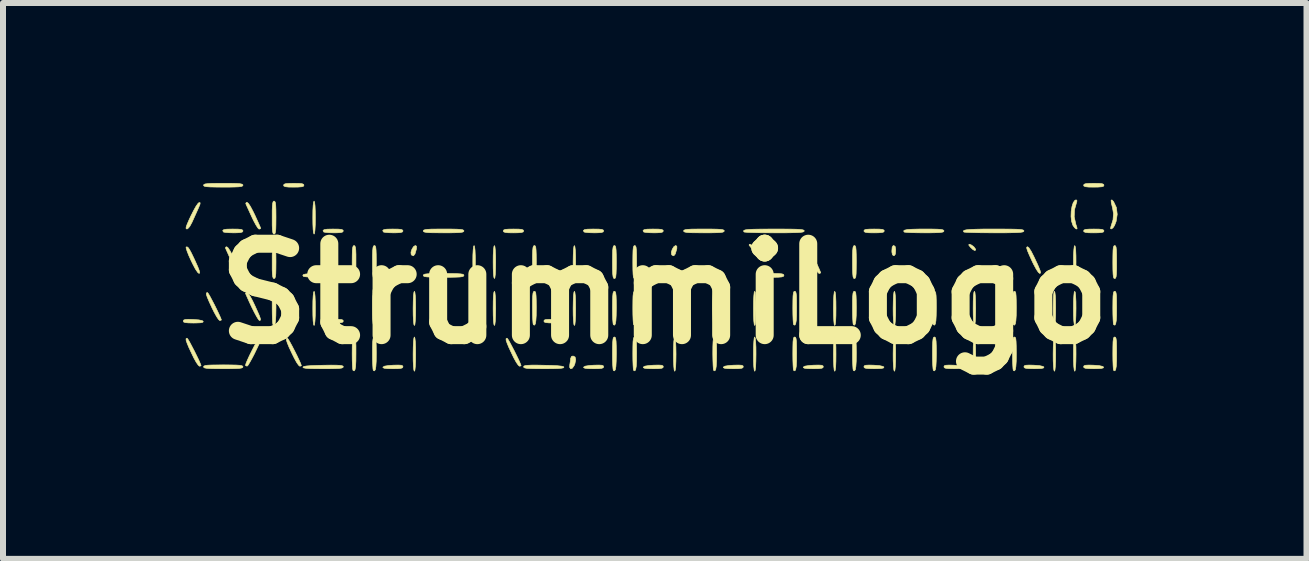
<source format=kicad_pcb>
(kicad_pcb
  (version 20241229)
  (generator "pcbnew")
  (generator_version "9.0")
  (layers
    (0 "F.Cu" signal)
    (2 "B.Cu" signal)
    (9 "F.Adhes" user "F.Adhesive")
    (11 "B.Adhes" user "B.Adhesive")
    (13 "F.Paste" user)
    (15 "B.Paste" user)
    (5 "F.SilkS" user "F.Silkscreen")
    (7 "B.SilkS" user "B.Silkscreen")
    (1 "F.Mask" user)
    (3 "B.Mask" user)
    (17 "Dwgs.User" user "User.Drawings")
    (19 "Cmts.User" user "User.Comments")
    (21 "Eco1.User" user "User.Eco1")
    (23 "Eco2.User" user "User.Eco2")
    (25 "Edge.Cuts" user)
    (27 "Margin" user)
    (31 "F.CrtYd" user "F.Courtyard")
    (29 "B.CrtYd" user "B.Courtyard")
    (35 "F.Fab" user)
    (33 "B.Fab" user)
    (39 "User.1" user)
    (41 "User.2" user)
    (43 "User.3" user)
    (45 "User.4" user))
  (footprint "StrummiLogo"
    (layer "F.Cu")
    (at 8.027 1.847)
    (property "Reference" "StrummiLogo" (at 0 0 0) (layer "F.SilkS") (effects (font (size 1.524 1.524) (thickness 0.3))))
    (attr through_hole)
    (fp_poly (pts (xy 1.458 -0.811) (xy 1.497 -0.779) (xy 1.522 -0.744) (xy 1.524 -0.734) (xy 1.512 -0.72) (xy 1.48 -0.736) (xy 1.439 -0.773) (xy 1.41 -0.809) (xy 1.412 -0.824) (xy 1.422 -0.826) (xy 1.458 -0.811)) (stroke (width 0.01) (type solid)) (fill yes) (layer "F.SilkS"))
    (fp_poly (pts (xy 5.119 -0.811) (xy 5.159 -0.779) (xy 5.184 -0.744) (xy 5.186 -0.734) (xy 5.174 -0.72) (xy 5.141 -0.736) (xy 5.101 -0.773) (xy 5.072 -0.809) (xy 5.073 -0.824) (xy 5.084 -0.826) (xy 5.119 -0.811)) (stroke (width 0.01) (type solid)) (fill yes) (layer "F.SilkS"))
    (fp_poly (pts (xy -4.135 -0.794) (xy -4.135 -0.758) (xy -4.139 -0.736) (xy -4.16 -0.664) (xy -4.185 -0.633) (xy -4.213 -0.643) (xy -4.224 -0.657) (xy -4.227 -0.694) (xy -4.211 -0.742) (xy -4.185 -0.785) (xy -4.156 -0.804) (xy -4.155 -0.804) (xy -4.135 -0.794)) (stroke (width 0.01) (type solid)) (fill yes) (layer "F.SilkS"))
    (fp_poly (pts (xy -1.491 1.054) (xy -1.481 1.099) (xy -1.494 1.164) (xy -1.506 1.195) (xy -1.537 1.24) (xy -1.565 1.25) (xy -1.582 1.226) (xy -1.58 1.183) (xy -1.57 1.122) (xy -1.566 1.077) (xy -1.55 1.043) (xy -1.524 1.037) (xy -1.491 1.054)) (stroke (width 0.01) (type solid)) (fill yes) (layer "F.SilkS"))
    (fp_poly (pts (xy 0.204 -0.794) (xy 0.205 -0.758) (xy 0.2 -0.736) (xy 0.179 -0.664) (xy 0.154 -0.633) (xy 0.126 -0.643) (xy 0.116 -0.657) (xy 0.113 -0.694) (xy 0.128 -0.742) (xy 0.155 -0.785) (xy 0.183 -0.804) (xy 0.184 -0.804) (xy 0.204 -0.794)) (stroke (width 0.01) (type solid)) (fill yes) (layer "F.SilkS"))
    (fp_poly (pts (xy 3.843 -0.79) (xy 3.852 -0.744) (xy 3.852 -0.72) (xy 3.847 -0.661) (xy 3.83 -0.637) (xy 3.821 -0.635) (xy 3.799 -0.649) (xy 3.789 -0.695) (xy 3.789 -0.72) (xy 3.794 -0.779) (xy 3.811 -0.803) (xy 3.821 -0.804) (xy 3.843 -0.79)) (stroke (width 0.01) (type solid)) (fill yes) (layer "F.SilkS"))
    (fp_poly (pts (xy -7.86 0.428) (xy -7.763 0.435) (xy -7.705 0.448) (xy -7.689 0.46) (xy -7.696 0.474) (xy -7.732 0.483) (xy -7.802 0.486) (xy -7.851 0.487) (xy -7.938 0.485) (xy -7.99 0.48) (xy -8.016 0.47) (xy -8.022 0.454) (xy -8.015 0.438) (xy -7.99 0.429) (xy -7.937 0.426) (xy -7.86 0.428)) (stroke (width 0.01) (type solid)) (fill yes) (layer "F.SilkS"))
    (fp_poly (pts (xy -5.384 0.429) (xy -5.361 0.439) (xy -5.355 0.454) (xy -5.362 0.471) (xy -5.389 0.481) (xy -5.444 0.486) (xy -5.526 0.487) (xy -5.615 0.485) (xy -5.668 0.479) (xy -5.688 0.468) (xy -5.689 0.46) (xy -5.662 0.444) (xy -5.594 0.433) (xy -5.518 0.428) (xy -5.434 0.426) (xy -5.384 0.429)) (stroke (width 0.01) (type solid)) (fill yes) (layer "F.SilkS"))
    (fp_poly (pts (xy -4.389 1.191) (xy -4.366 1.201) (xy -4.36 1.216) (xy -4.368 1.233) (xy -4.395 1.243) (xy -4.449 1.248) (xy -4.531 1.249) (xy -4.621 1.247) (xy -4.673 1.241) (xy -4.694 1.23) (xy -4.694 1.222) (xy -4.667 1.206) (xy -4.599 1.195) (xy -4.523 1.19) (xy -4.439 1.188) (xy -4.389 1.191)) (stroke (width 0.01) (type solid)) (fill yes) (layer "F.SilkS"))
    (fp_poly (pts (xy -1.848 0.428) (xy -1.752 0.435) (xy -1.694 0.448) (xy -1.677 0.46) (xy -1.684 0.474) (xy -1.72 0.483) (xy -1.791 0.486) (xy -1.84 0.487) (xy -1.927 0.485) (xy -1.979 0.48) (xy -2.005 0.47) (xy -2.011 0.454) (xy -2.004 0.438) (xy -1.979 0.429) (xy -1.926 0.426) (xy -1.848 0.428)) (stroke (width 0.01) (type solid)) (fill yes) (layer "F.SilkS"))
    (fp_poly (pts (xy -1.045 1.191) (xy -1.021 1.201) (xy -1.016 1.216) (xy -1.023 1.233) (xy -1.05 1.243) (xy -1.105 1.248) (xy -1.187 1.249) (xy -1.276 1.247) (xy -1.328 1.241) (xy -1.349 1.23) (xy -1.349 1.222) (xy -1.322 1.206) (xy -1.255 1.195) (xy -1.178 1.19) (xy -1.095 1.188) (xy -1.045 1.191)) (stroke (width 0.01) (type solid)) (fill yes) (layer "F.SilkS"))
    (fp_poly (pts (xy -0.05 1.191) (xy -0.027 1.201) (xy -0.021 1.216) (xy -0.028 1.233) (xy -0.055 1.243) (xy -0.11 1.248) (xy -0.192 1.249) (xy -0.281 1.247) (xy -0.334 1.241) (xy -0.354 1.23) (xy -0.355 1.222) (xy -0.328 1.206) (xy -0.26 1.195) (xy -0.184 1.19) (xy -0.1 1.188) (xy -0.05 1.191)) (stroke (width 0.01) (type solid)) (fill yes) (layer "F.SilkS"))
    (fp_poly (pts (xy 1.283 1.191) (xy 1.307 1.201) (xy 1.312 1.216) (xy 1.305 1.233) (xy 1.278 1.243) (xy 1.224 1.248) (xy 1.141 1.249) (xy 1.052 1.247) (xy 1 1.241) (xy 0.979 1.23) (xy 0.979 1.222) (xy 1.006 1.206) (xy 1.073 1.195) (xy 1.15 1.19) (xy 1.234 1.188) (xy 1.283 1.191)) (stroke (width 0.01) (type solid)) (fill yes) (layer "F.SilkS"))
    (fp_poly (pts (xy 2.617 1.191) (xy 2.64 1.201) (xy 2.646 1.216) (xy 2.639 1.233) (xy 2.612 1.243) (xy 2.557 1.248) (xy 2.475 1.249) (xy 2.386 1.247) (xy 2.333 1.241) (xy 2.313 1.23) (xy 2.312 1.222) (xy 2.339 1.206) (xy 2.407 1.195) (xy 2.483 1.19) (xy 2.567 1.188) (xy 2.617 1.191)) (stroke (width 0.01) (type solid)) (fill yes) (layer "F.SilkS"))
    (fp_poly (pts (xy 3.486 1.19) (xy 3.582 1.197) (xy 3.64 1.21) (xy 3.657 1.222) (xy 3.65 1.236) (xy 3.614 1.245) (xy 3.543 1.248) (xy 3.494 1.249) (xy 3.407 1.247) (xy 3.355 1.242) (xy 3.329 1.232) (xy 3.323 1.216) (xy 3.33 1.2) (xy 3.355 1.191) (xy 3.408 1.188) (xy 3.486 1.19)) (stroke (width 0.01) (type solid)) (fill yes) (layer "F.SilkS"))
    (fp_poly (pts (xy 4.819 1.19) (xy 4.916 1.197) (xy 4.974 1.21) (xy 4.99 1.222) (xy 4.983 1.236) (xy 4.947 1.245) (xy 4.877 1.248) (xy 4.828 1.249) (xy 4.741 1.247) (xy 4.688 1.242) (xy 4.663 1.232) (xy 4.657 1.216) (xy 4.663 1.2) (xy 4.689 1.191) (xy 4.741 1.188) (xy 4.819 1.19)) (stroke (width 0.01) (type solid)) (fill yes) (layer "F.SilkS"))
    (fp_poly (pts (xy 6.153 1.19) (xy 6.249 1.197) (xy 6.307 1.21) (xy 6.324 1.222) (xy 6.317 1.236) (xy 6.281 1.245) (xy 6.21 1.248) (xy 6.161 1.249) (xy 6.074 1.247) (xy 6.022 1.242) (xy 5.996 1.232) (xy 5.99 1.216) (xy 5.997 1.2) (xy 6.022 1.191) (xy 6.075 1.188) (xy 6.153 1.19)) (stroke (width 0.01) (type solid)) (fill yes) (layer "F.SilkS"))
    (fp_poly (pts (xy 7.147 1.19) (xy 7.244 1.197) (xy 7.302 1.21) (xy 7.318 1.222) (xy 7.311 1.236) (xy 7.275 1.245) (xy 7.205 1.248) (xy 7.156 1.249) (xy 7.069 1.247) (xy 7.017 1.242) (xy 6.991 1.232) (xy 6.985 1.216) (xy 6.992 1.2) (xy 7.017 1.191) (xy 7.07 1.188) (xy 7.147 1.19)) (stroke (width 0.01) (type solid)) (fill yes) (layer "F.SilkS"))
    (fp_poly (pts (xy -6.094 -1.84) (xy -6.042 -1.835) (xy -6.017 -1.824) (xy -6.011 -1.81) (xy -6.019 -1.793) (xy -6.048 -1.784) (xy -6.106 -1.779) (xy -6.181 -1.778) (xy -6.268 -1.779) (xy -6.32 -1.785) (xy -6.345 -1.796) (xy -6.35 -1.81) (xy -6.342 -1.826) (xy -6.313 -1.836) (xy -6.256 -1.84) (xy -6.181 -1.841) (xy -6.094 -1.84)) (stroke (width 0.01) (type solid)) (fill yes) (layer "F.SilkS"))
    (fp_poly (pts (xy -5.833 -0.022) (xy -5.826 0.037) (xy -5.822 0.129) (xy -5.821 0.243) (xy -5.822 0.364) (xy -5.827 0.455) (xy -5.834 0.511) (xy -5.842 0.529) (xy -5.851 0.509) (xy -5.858 0.45) (xy -5.862 0.358) (xy -5.863 0.243) (xy -5.862 0.123) (xy -5.857 0.032) (xy -5.85 -0.024) (xy -5.842 -0.042) (xy -5.833 -0.022)) (stroke (width 0.01) (type solid)) (fill yes) (layer "F.SilkS"))
    (fp_poly (pts (xy -5.833 -1.525) (xy -5.826 -1.466) (xy -5.822 -1.375) (xy -5.821 -1.27) (xy -5.822 -1.152) (xy -5.827 -1.064) (xy -5.834 -1.011) (xy -5.842 -0.995) (xy -5.851 -1.015) (xy -5.858 -1.074) (xy -5.862 -1.165) (xy -5.863 -1.27) (xy -5.862 -1.388) (xy -5.857 -1.476) (xy -5.85 -1.529) (xy -5.842 -1.545) (xy -5.833 -1.525)) (stroke (width 0.01) (type solid)) (fill yes) (layer "F.SilkS"))
    (fp_poly (pts (xy -4.161 -0.022) (xy -4.154 0.037) (xy -4.15 0.129) (xy -4.149 0.243) (xy -4.15 0.364) (xy -4.155 0.455) (xy -4.161 0.511) (xy -4.17 0.529) (xy -4.179 0.509) (xy -4.185 0.45) (xy -4.19 0.358) (xy -4.191 0.243) (xy -4.189 0.123) (xy -4.185 0.032) (xy -4.178 -0.024) (xy -4.17 -0.042) (xy -4.161 -0.022)) (stroke (width 0.01) (type solid)) (fill yes) (layer "F.SilkS"))
    (fp_poly (pts (xy -4.161 0.74) (xy -4.154 0.799) (xy -4.15 0.891) (xy -4.149 1.005) (xy -4.15 1.126) (xy -4.155 1.217) (xy -4.161 1.273) (xy -4.17 1.291) (xy -4.179 1.271) (xy -4.185 1.212) (xy -4.19 1.12) (xy -4.191 1.005) (xy -4.189 0.885) (xy -4.185 0.794) (xy -4.178 0.738) (xy -4.17 0.72) (xy -4.161 0.74)) (stroke (width 0.01) (type solid)) (fill yes) (layer "F.SilkS"))
    (fp_poly (pts (xy -3.166 -0.784) (xy -3.159 -0.726) (xy -3.155 -0.634) (xy -3.154 -0.529) (xy -3.155 -0.411) (xy -3.16 -0.324) (xy -3.167 -0.27) (xy -3.175 -0.254) (xy -3.184 -0.274) (xy -3.191 -0.333) (xy -3.195 -0.425) (xy -3.196 -0.529) (xy -3.195 -0.647) (xy -3.19 -0.735) (xy -3.183 -0.789) (xy -3.175 -0.804) (xy -3.166 -0.784)) (stroke (width 0.01) (type solid)) (fill yes) (layer "F.SilkS"))
    (fp_poly (pts (xy -2.827 -0.022) (xy -2.821 0.037) (xy -2.817 0.129) (xy -2.815 0.243) (xy -2.817 0.364) (xy -2.821 0.455) (xy -2.828 0.511) (xy -2.836 0.529) (xy -2.845 0.509) (xy -2.852 0.45) (xy -2.856 0.358) (xy -2.857 0.243) (xy -2.856 0.123) (xy -2.852 0.032) (xy -2.845 -0.024) (xy -2.836 -0.042) (xy -2.827 -0.022)) (stroke (width 0.01) (type solid)) (fill yes) (layer "F.SilkS"))
    (fp_poly (pts (xy -2.827 -0.784) (xy -2.821 -0.726) (xy -2.816 -0.634) (xy -2.815 -0.529) (xy -2.817 -0.411) (xy -2.821 -0.324) (xy -2.828 -0.27) (xy -2.836 -0.254) (xy -2.845 -0.274) (xy -2.852 -0.333) (xy -2.856 -0.425) (xy -2.857 -0.529) (xy -2.856 -0.647) (xy -2.851 -0.735) (xy -2.844 -0.789) (xy -2.836 -0.804) (xy -2.827 -0.784)) (stroke (width 0.01) (type solid)) (fill yes) (layer "F.SilkS"))
    (fp_poly (pts (xy -2.432 -1.078) (xy -2.38 -1.073) (xy -2.355 -1.062) (xy -2.349 -1.048) (xy -2.357 -1.031) (xy -2.386 -1.022) (xy -2.444 -1.017) (xy -2.519 -1.016) (xy -2.606 -1.017) (xy -2.658 -1.023) (xy -2.683 -1.034) (xy -2.688 -1.048) (xy -2.68 -1.064) (xy -2.651 -1.074) (xy -2.594 -1.078) (xy -2.519 -1.079) (xy -2.432 -1.078)) (stroke (width 0.01) (type solid)) (fill yes) (layer "F.SilkS"))
    (fp_poly (pts (xy -1.494 -0.022) (xy -1.487 0.037) (xy -1.483 0.129) (xy -1.482 0.243) (xy -1.483 0.364) (xy -1.488 0.455) (xy -1.494 0.511) (xy -1.503 0.529) (xy -1.512 0.509) (xy -1.518 0.45) (xy -1.523 0.358) (xy -1.524 0.243) (xy -1.522 0.123) (xy -1.518 0.032) (xy -1.511 -0.024) (xy -1.503 -0.042) (xy -1.494 -0.022)) (stroke (width 0.01) (type solid)) (fill yes) (layer "F.SilkS"))
    (fp_poly (pts (xy -1.494 -0.784) (xy -1.487 -0.726) (xy -1.483 -0.634) (xy -1.482 -0.529) (xy -1.483 -0.411) (xy -1.488 -0.324) (xy -1.495 -0.27) (xy -1.503 -0.254) (xy -1.512 -0.274) (xy -1.519 -0.333) (xy -1.523 -0.425) (xy -1.524 -0.529) (xy -1.522 -0.647) (xy -1.518 -0.735) (xy -1.511 -0.789) (xy -1.503 -0.804) (xy -1.494 -0.784)) (stroke (width 0.01) (type solid)) (fill yes) (layer "F.SilkS"))
    (fp_poly (pts (xy 0.178 -0.022) (xy 0.185 0.037) (xy 0.189 0.129) (xy 0.191 0.243) (xy 0.189 0.364) (xy 0.185 0.455) (xy 0.178 0.511) (xy 0.169 0.529) (xy 0.16 0.509) (xy 0.154 0.45) (xy 0.15 0.358) (xy 0.148 0.243) (xy 0.15 0.123) (xy 0.154 0.032) (xy 0.161 -0.024) (xy 0.169 -0.042) (xy 0.178 -0.022)) (stroke (width 0.01) (type solid)) (fill yes) (layer "F.SilkS"))
    (fp_poly (pts (xy 0.178 0.74) (xy 0.185 0.799) (xy 0.189 0.891) (xy 0.191 1.005) (xy 0.189 1.126) (xy 0.185 1.217) (xy 0.178 1.273) (xy 0.169 1.291) (xy 0.16 1.271) (xy 0.154 1.212) (xy 0.15 1.12) (xy 0.148 1.005) (xy 0.15 0.885) (xy 0.154 0.794) (xy 0.161 0.738) (xy 0.169 0.72) (xy 0.178 0.74)) (stroke (width 0.01) (type solid)) (fill yes) (layer "F.SilkS"))
    (fp_poly (pts (xy 0.574 -0.337) (xy 0.626 -0.332) (xy 0.651 -0.321) (xy 0.656 -0.307) (xy 0.648 -0.291) (xy 0.619 -0.281) (xy 0.562 -0.276) (xy 0.487 -0.275) (xy 0.4 -0.277) (xy 0.348 -0.282) (xy 0.323 -0.293) (xy 0.318 -0.307) (xy 0.325 -0.323) (xy 0.354 -0.333) (xy 0.412 -0.338) (xy 0.487 -0.339) (xy 0.574 -0.337)) (stroke (width 0.01) (type solid)) (fill yes) (layer "F.SilkS"))
    (fp_poly (pts (xy 1.512 -0.022) (xy 1.518 0.037) (xy 1.523 0.129) (xy 1.524 0.243) (xy 1.522 0.364) (xy 1.518 0.455) (xy 1.511 0.511) (xy 1.503 0.529) (xy 1.494 0.509) (xy 1.487 0.45) (xy 1.483 0.358) (xy 1.482 0.243) (xy 1.483 0.123) (xy 1.488 0.032) (xy 1.494 -0.024) (xy 1.503 -0.042) (xy 1.512 -0.022)) (stroke (width 0.01) (type solid)) (fill yes) (layer "F.SilkS"))
    (fp_poly (pts (xy 1.512 0.74) (xy 1.518 0.799) (xy 1.523 0.891) (xy 1.524 1.005) (xy 1.522 1.126) (xy 1.518 1.217) (xy 1.511 1.273) (xy 1.503 1.291) (xy 1.494 1.271) (xy 1.487 1.212) (xy 1.483 1.12) (xy 1.482 1.005) (xy 1.483 0.885) (xy 1.488 0.794) (xy 1.494 0.738) (xy 1.503 0.72) (xy 1.512 0.74)) (stroke (width 0.01) (type solid)) (fill yes) (layer "F.SilkS"))
    (fp_poly (pts (xy 1.907 -0.337) (xy 1.959 -0.332) (xy 1.984 -0.321) (xy 1.99 -0.307) (xy 1.982 -0.291) (xy 1.953 -0.281) (xy 1.895 -0.276) (xy 1.82 -0.275) (xy 1.733 -0.277) (xy 1.681 -0.282) (xy 1.656 -0.293) (xy 1.651 -0.307) (xy 1.659 -0.323) (xy 1.688 -0.333) (xy 1.745 -0.338) (xy 1.82 -0.339) (xy 1.907 -0.337)) (stroke (width 0.01) (type solid)) (fill yes) (layer "F.SilkS"))
    (fp_poly (pts (xy 2.845 -0.022) (xy 2.852 0.037) (xy 2.856 0.129) (xy 2.857 0.243) (xy 2.856 0.364) (xy 2.852 0.455) (xy 2.845 0.511) (xy 2.836 0.529) (xy 2.827 0.509) (xy 2.821 0.45) (xy 2.817 0.358) (xy 2.815 0.243) (xy 2.817 0.123) (xy 2.821 0.032) (xy 2.828 -0.024) (xy 2.836 -0.042) (xy 2.845 -0.022)) (stroke (width 0.01) (type solid)) (fill yes) (layer "F.SilkS"))
    (fp_poly (pts (xy 2.845 0.74) (xy 2.852 0.799) (xy 2.856 0.891) (xy 2.857 1.005) (xy 2.856 1.126) (xy 2.852 1.217) (xy 2.845 1.273) (xy 2.836 1.291) (xy 2.827 1.271) (xy 2.821 1.212) (xy 2.817 1.12) (xy 2.815 1.005) (xy 2.817 0.885) (xy 2.821 0.794) (xy 2.828 0.738) (xy 2.836 0.72) (xy 2.845 0.74)) (stroke (width 0.01) (type solid)) (fill yes) (layer "F.SilkS"))
    (fp_poly (pts (xy 3.579 -1.078) (xy 3.632 -1.073) (xy 3.656 -1.062) (xy 3.662 -1.048) (xy 3.654 -1.031) (xy 3.625 -1.022) (xy 3.568 -1.017) (xy 3.493 -1.016) (xy 3.406 -1.017) (xy 3.353 -1.023) (xy 3.329 -1.034) (xy 3.323 -1.048) (xy 3.331 -1.064) (xy 3.36 -1.074) (xy 3.417 -1.078) (xy 3.493 -1.079) (xy 3.579 -1.078)) (stroke (width 0.01) (type solid)) (fill yes) (layer "F.SilkS"))
    (fp_poly (pts (xy 3.84 -0.022) (xy 3.847 0.037) (xy 3.851 0.129) (xy 3.852 0.243) (xy 3.851 0.364) (xy 3.846 0.455) (xy 3.84 0.511) (xy 3.831 0.529) (xy 3.822 0.509) (xy 3.816 0.45) (xy 3.811 0.358) (xy 3.81 0.243) (xy 3.812 0.123) (xy 3.816 0.032) (xy 3.823 -0.024) (xy 3.831 -0.042) (xy 3.84 -0.022)) (stroke (width 0.01) (type solid)) (fill yes) (layer "F.SilkS"))
    (fp_poly (pts (xy 3.84 0.74) (xy 3.847 0.799) (xy 3.851 0.891) (xy 3.852 1.005) (xy 3.851 1.126) (xy 3.846 1.217) (xy 3.84 1.273) (xy 3.831 1.291) (xy 3.822 1.271) (xy 3.816 1.212) (xy 3.811 1.12) (xy 3.81 1.005) (xy 3.812 0.885) (xy 3.816 0.794) (xy 3.823 0.738) (xy 3.831 0.72) (xy 3.84 0.74)) (stroke (width 0.01) (type solid)) (fill yes) (layer "F.SilkS"))
    (fp_poly (pts (xy 4.244 -0.337) (xy 4.293 -0.331) (xy 4.315 -0.319) (xy 4.318 -0.307) (xy 4.31 -0.29) (xy 4.279 -0.28) (xy 4.219 -0.276) (xy 4.163 -0.275) (xy 4.085 -0.277) (xy 4.026 -0.281) (xy 3.995 -0.288) (xy 3.994 -0.289) (xy 3.986 -0.313) (xy 4.02 -0.329) (xy 4.094 -0.337) (xy 4.16 -0.339) (xy 4.244 -0.337)) (stroke (width 0.01) (type solid)) (fill yes) (layer "F.SilkS"))
    (fp_poly (pts (xy 5.174 -0.022) (xy 5.18 0.037) (xy 5.184 0.129) (xy 5.186 0.243) (xy 5.184 0.364) (xy 5.18 0.455) (xy 5.173 0.511) (xy 5.165 0.529) (xy 5.156 0.509) (xy 5.149 0.45) (xy 5.145 0.358) (xy 5.144 0.243) (xy 5.145 0.123) (xy 5.149 0.032) (xy 5.156 -0.024) (xy 5.165 -0.042) (xy 5.174 -0.022)) (stroke (width 0.01) (type solid)) (fill yes) (layer "F.SilkS"))
    (fp_poly (pts (xy 5.174 0.74) (xy 5.18 0.799) (xy 5.184 0.891) (xy 5.186 1.005) (xy 5.184 1.126) (xy 5.18 1.217) (xy 5.173 1.273) (xy 5.165 1.291) (xy 5.156 1.271) (xy 5.149 1.212) (xy 5.145 1.12) (xy 5.144 1.005) (xy 5.145 0.885) (xy 5.149 0.794) (xy 5.156 0.738) (xy 5.165 0.72) (xy 5.174 0.74)) (stroke (width 0.01) (type solid)) (fill yes) (layer "F.SilkS"))
    (fp_poly (pts (xy 5.577 -0.337) (xy 5.626 -0.331) (xy 5.648 -0.319) (xy 5.652 -0.307) (xy 5.643 -0.29) (xy 5.613 -0.28) (xy 5.552 -0.276) (xy 5.496 -0.275) (xy 5.419 -0.277) (xy 5.359 -0.281) (xy 5.329 -0.288) (xy 5.328 -0.289) (xy 5.32 -0.313) (xy 5.353 -0.329) (xy 5.427 -0.337) (xy 5.494 -0.339) (xy 5.577 -0.337)) (stroke (width 0.01) (type solid)) (fill yes) (layer "F.SilkS"))
    (fp_poly (pts (xy 6.507 -0.022) (xy 6.514 0.037) (xy 6.518 0.129) (xy 6.519 0.243) (xy 6.518 0.364) (xy 6.513 0.455) (xy 6.507 0.511) (xy 6.498 0.529) (xy 6.489 0.509) (xy 6.483 0.45) (xy 6.478 0.358) (xy 6.477 0.243) (xy 6.479 0.123) (xy 6.483 0.032) (xy 6.49 -0.024) (xy 6.498 -0.042) (xy 6.507 -0.022)) (stroke (width 0.01) (type solid)) (fill yes) (layer "F.SilkS"))
    (fp_poly (pts (xy 6.507 0.74) (xy 6.514 0.799) (xy 6.518 0.891) (xy 6.519 1.005) (xy 6.518 1.126) (xy 6.513 1.217) (xy 6.507 1.273) (xy 6.498 1.291) (xy 6.489 1.271) (xy 6.483 1.212) (xy 6.478 1.12) (xy 6.477 1.005) (xy 6.479 0.885) (xy 6.483 0.794) (xy 6.49 0.738) (xy 6.498 0.72) (xy 6.507 0.74)) (stroke (width 0.01) (type solid)) (fill yes) (layer "F.SilkS"))
    (fp_poly (pts (xy 6.846 -0.022) (xy 6.852 0.037) (xy 6.857 0.129) (xy 6.858 0.243) (xy 6.856 0.364) (xy 6.852 0.455) (xy 6.845 0.511) (xy 6.837 0.529) (xy 6.828 0.509) (xy 6.821 0.45) (xy 6.817 0.358) (xy 6.816 0.243) (xy 6.817 0.123) (xy 6.822 0.032) (xy 6.828 -0.024) (xy 6.837 -0.042) (xy 6.846 -0.022)) (stroke (width 0.01) (type solid)) (fill yes) (layer "F.SilkS"))
    (fp_poly (pts (xy 6.846 0.74) (xy 6.852 0.799) (xy 6.857 0.891) (xy 6.858 1.005) (xy 6.856 1.126) (xy 6.852 1.217) (xy 6.845 1.273) (xy 6.837 1.291) (xy 6.828 1.271) (xy 6.821 1.212) (xy 6.817 1.12) (xy 6.816 1.005) (xy 6.817 0.885) (xy 6.822 0.794) (xy 6.828 0.738) (xy 6.837 0.72) (xy 6.846 0.74)) (stroke (width 0.01) (type solid)) (fill yes) (layer "F.SilkS"))
    (fp_poly (pts (xy 6.846 -0.784) (xy 6.853 -0.726) (xy 6.857 -0.634) (xy 6.858 -0.529) (xy 6.856 -0.411) (xy 6.852 -0.324) (xy 6.845 -0.27) (xy 6.837 -0.254) (xy 6.828 -0.274) (xy 6.821 -0.333) (xy 6.817 -0.425) (xy 6.816 -0.529) (xy 6.817 -0.647) (xy 6.822 -0.735) (xy 6.829 -0.789) (xy 6.837 -0.804) (xy 6.846 -0.784)) (stroke (width 0.01) (type solid)) (fill yes) (layer "F.SilkS"))
    (fp_poly (pts (xy 7.241 -1.84) (xy 7.293 -1.835) (xy 7.318 -1.824) (xy 7.324 -1.81) (xy 7.316 -1.793) (xy 7.287 -1.784) (xy 7.229 -1.779) (xy 7.154 -1.778) (xy 7.067 -1.779) (xy 7.015 -1.785) (xy 6.99 -1.796) (xy 6.985 -1.81) (xy 6.993 -1.826) (xy 7.022 -1.836) (xy 7.079 -1.84) (xy 7.154 -1.841) (xy 7.241 -1.84)) (stroke (width 0.01) (type solid)) (fill yes) (layer "F.SilkS"))
    (fp_poly (pts (xy 7.241 -1.078) (xy 7.293 -1.073) (xy 7.318 -1.062) (xy 7.324 -1.048) (xy 7.316 -1.031) (xy 7.287 -1.022) (xy 7.229 -1.017) (xy 7.154 -1.016) (xy 7.067 -1.017) (xy 7.015 -1.023) (xy 6.99 -1.034) (xy 6.985 -1.048) (xy 6.993 -1.064) (xy 7.022 -1.074) (xy 7.079 -1.078) (xy 7.154 -1.079) (xy 7.241 -1.078)) (stroke (width 0.01) (type solid)) (fill yes) (layer "F.SilkS"))
    (fp_poly (pts (xy 7.485 -1.535) (xy 7.531 -1.438) (xy 7.545 -1.325) (xy 7.527 -1.207) (xy 7.5 -1.138) (xy 7.474 -1.099) (xy 7.448 -1.081) (xy 7.434 -1.085) (xy 7.438 -1.114) (xy 7.475 -1.233) (xy 7.483 -1.336) (xy 7.466 -1.438) (xy 7.464 -1.442) (xy 7.446 -1.518) (xy 7.443 -1.56) (xy 7.457 -1.565) (xy 7.485 -1.535)) (stroke (width 0.01) (type solid)) (fill yes) (layer "F.SilkS"))
    (fp_poly (pts (xy -7.11 -1.078) (xy -7.058 -1.073) (xy -7.033 -1.062) (xy -7.027 -1.048) (xy -7.036 -1.031) (xy -7.066 -1.021) (xy -7.126 -1.017) (xy -7.183 -1.016) (xy -7.26 -1.018) (xy -7.32 -1.023) (xy -7.351 -1.029) (xy -7.352 -1.03) (xy -7.365 -1.053) (xy -7.349 -1.068) (xy -7.297 -1.077) (xy -7.208 -1.079) (xy -7.197 -1.079) (xy -7.11 -1.078)) (stroke (width 0.01) (type solid)) (fill yes) (layer "F.SilkS"))
    (fp_poly (pts (xy -5.438 -1.078) (xy -5.385 -1.073) (xy -5.361 -1.062) (xy -5.355 -1.048) (xy -5.364 -1.031) (xy -5.394 -1.021) (xy -5.454 -1.017) (xy -5.51 -1.016) (xy -5.588 -1.018) (xy -5.648 -1.023) (xy -5.679 -1.029) (xy -5.68 -1.03) (xy -5.693 -1.053) (xy -5.676 -1.068) (xy -5.625 -1.077) (xy -5.536 -1.079) (xy -5.524 -1.079) (xy -5.438 -1.078)) (stroke (width 0.01) (type solid)) (fill yes) (layer "F.SilkS"))
    (fp_poly (pts (xy -4.443 -1.078) (xy -4.391 -1.073) (xy -4.366 -1.062) (xy -4.36 -1.048) (xy -4.369 -1.031) (xy -4.399 -1.021) (xy -4.459 -1.017) (xy -4.516 -1.016) (xy -4.593 -1.018) (xy -4.653 -1.023) (xy -4.684 -1.029) (xy -4.685 -1.03) (xy -4.698 -1.053) (xy -4.682 -1.068) (xy -4.63 -1.077) (xy -4.541 -1.079) (xy -4.53 -1.079) (xy -4.443 -1.078)) (stroke (width 0.01) (type solid)) (fill yes) (layer "F.SilkS"))
    (fp_poly (pts (xy -1.098 -1.078) (xy -1.046 -1.073) (xy -1.021 -1.062) (xy -1.016 -1.048) (xy -1.024 -1.031) (xy -1.055 -1.021) (xy -1.115 -1.017) (xy -1.171 -1.016) (xy -1.249 -1.018) (xy -1.309 -1.023) (xy -1.339 -1.029) (xy -1.341 -1.03) (xy -1.354 -1.053) (xy -1.337 -1.068) (xy -1.286 -1.077) (xy -1.197 -1.079) (xy -1.185 -1.079) (xy -1.098 -1.078)) (stroke (width 0.01) (type solid)) (fill yes) (layer "F.SilkS"))
    (fp_poly (pts (xy -0.104 -1.078) (xy -0.051 -1.073) (xy -0.027 -1.062) (xy -0.021 -1.048) (xy -0.03 -1.031) (xy -0.06 -1.021) (xy -0.12 -1.017) (xy -0.176 -1.016) (xy -0.254 -1.018) (xy -0.314 -1.023) (xy -0.345 -1.029) (xy -0.346 -1.03) (xy -0.359 -1.053) (xy -0.342 -1.068) (xy -0.291 -1.077) (xy -0.202 -1.079) (xy -0.191 -1.079) (xy -0.104 -1.078)) (stroke (width 0.01) (type solid)) (fill yes) (layer "F.SilkS"))
    (fp_poly (pts (xy 6.874 -1.551) (xy 6.87 -1.532) (xy 6.833 -1.402) (xy 6.828 -1.282) (xy 6.856 -1.156) (xy 6.872 -1.11) (xy 6.876 -1.082) (xy 6.86 -1.081) (xy 6.834 -1.102) (xy 6.807 -1.14) (xy 6.806 -1.142) (xy 6.784 -1.208) (xy 6.775 -1.289) (xy 6.778 -1.374) (xy 6.791 -1.455) (xy 6.812 -1.52) (xy 6.841 -1.559) (xy 6.861 -1.566) (xy 6.874 -1.551)) (stroke (width 0.01) (type solid)) (fill yes) (layer "F.SilkS"))
    (fp_poly (pts (xy -7.94 -0.769) (xy -7.918 -0.737) (xy -7.887 -0.68) (xy -7.844 -0.591) (xy -7.823 -0.545) (xy -7.78 -0.45) (xy -7.756 -0.387) (xy -7.749 -0.351) (xy -7.757 -0.339) (xy -7.759 -0.339) (xy -7.783 -0.358) (xy -7.82 -0.413) (xy -7.866 -0.5) (xy -7.893 -0.556) (xy -7.932 -0.642) (xy -7.96 -0.714) (xy -7.975 -0.763) (xy -7.975 -0.78) (xy -7.958 -0.782) (xy -7.94 -0.769)) (stroke (width 0.01) (type solid)) (fill yes) (layer "F.SilkS"))
    (fp_poly (pts (xy -7.742 -1.519) (xy -7.742 -1.498) (xy -7.76 -1.452) (xy -7.776 -1.415) (xy -7.816 -1.326) (xy -7.859 -1.231) (xy -7.877 -1.191) (xy -7.915 -1.121) (xy -7.949 -1.084) (xy -7.963 -1.08) (xy -7.975 -1.086) (xy -7.975 -1.11) (xy -7.959 -1.156) (xy -7.927 -1.23) (xy -7.896 -1.296) (xy -7.849 -1.389) (xy -7.808 -1.462) (xy -7.775 -1.508) (xy -7.759 -1.52) (xy -7.742 -1.519)) (stroke (width 0.01) (type solid)) (fill yes) (layer "F.SilkS"))
    (fp_poly (pts (xy 6.075 -0.764) (xy 6.111 -0.708) (xy 6.157 -0.618) (xy 6.214 -0.497) (xy 6.232 -0.456) (xy 6.259 -0.39) (xy 6.268 -0.354) (xy 6.26 -0.34) (xy 6.253 -0.339) (xy 6.23 -0.358) (xy 6.195 -0.411) (xy 6.151 -0.492) (xy 6.127 -0.542) (xy 6.081 -0.643) (xy 6.052 -0.711) (xy 6.038 -0.753) (xy 6.036 -0.775) (xy 6.046 -0.783) (xy 6.053 -0.783) (xy 6.075 -0.764)) (stroke (width 0.01) (type solid)) (fill yes) (layer "F.SilkS"))
    (fp_poly (pts (xy -7.275 -0.765) (xy -7.241 -0.713) (xy -7.198 -0.634) (xy -7.168 -0.571) (xy -7.128 -0.485) (xy -7.096 -0.414) (xy -7.076 -0.366) (xy -7.07 -0.349) (xy -7.087 -0.34) (xy -7.098 -0.339) (xy -7.118 -0.357) (xy -7.15 -0.406) (xy -7.189 -0.478) (xy -7.22 -0.543) (xy -7.259 -0.629) (xy -7.291 -0.7) (xy -7.313 -0.749) (xy -7.32 -0.765) (xy -7.31 -0.781) (xy -7.297 -0.783) (xy -7.275 -0.765)) (stroke (width 0.01) (type solid)) (fill yes) (layer "F.SilkS"))
    (fp_poly (pts (xy -6.937 -0.003) (xy -6.905 0.046) (xy -6.866 0.119) (xy -6.829 0.196) (xy -6.783 0.298) (xy -6.753 0.367) (xy -6.738 0.41) (xy -6.734 0.434) (xy -6.742 0.443) (xy -6.754 0.445) (xy -6.771 0.426) (xy -6.801 0.377) (xy -6.84 0.305) (xy -6.881 0.223) (xy -6.922 0.135) (xy -6.955 0.061) (xy -6.978 0.01) (xy -6.985 -0.01) (xy -6.968 -0.02) (xy -6.957 -0.021) (xy -6.937 -0.003)) (stroke (width 0.01) (type solid)) (fill yes) (layer "F.SilkS"))
    (fp_poly (pts (xy -6.936 -1.505) (xy -6.902 -1.454) (xy -6.86 -1.375) (xy -6.829 -1.312) (xy -6.79 -1.226) (xy -6.758 -1.155) (xy -6.737 -1.107) (xy -6.731 -1.09) (xy -6.748 -1.08) (xy -6.76 -1.079) (xy -6.78 -1.098) (xy -6.811 -1.147) (xy -6.85 -1.219) (xy -6.881 -1.284) (xy -6.92 -1.369) (xy -6.953 -1.441) (xy -6.975 -1.49) (xy -6.981 -1.506) (xy -6.971 -1.522) (xy -6.958 -1.524) (xy -6.936 -1.505)) (stroke (width 0.01) (type solid)) (fill yes) (layer "F.SilkS"))
    (fp_poly (pts (xy -6.733 0.751) (xy -6.731 0.757) (xy -6.74 0.789) (xy -6.763 0.847) (xy -6.798 0.92) (xy -6.837 1.001) (xy -6.878 1.079) (xy -6.915 1.145) (xy -6.943 1.191) (xy -6.959 1.206) (xy -6.983 1.197) (xy -6.985 1.192) (xy -6.976 1.159) (xy -6.952 1.102) (xy -6.918 1.028) (xy -6.878 0.948) (xy -6.838 0.87) (xy -6.801 0.803) (xy -6.772 0.757) (xy -6.757 0.742) (xy -6.733 0.751)) (stroke (width 0.01) (type solid)) (fill yes) (layer "F.SilkS"))
    (fp_poly (pts (xy 2.398 -0.765) (xy 2.433 -0.713) (xy 2.475 -0.634) (xy 2.505 -0.571) (xy 2.545 -0.485) (xy 2.577 -0.414) (xy 2.597 -0.366) (xy 2.603 -0.349) (xy 2.586 -0.34) (xy 2.575 -0.339) (xy 2.555 -0.357) (xy 2.523 -0.406) (xy 2.484 -0.478) (xy 2.453 -0.543) (xy 2.414 -0.629) (xy 2.382 -0.7) (xy 2.36 -0.749) (xy 2.353 -0.765) (xy 2.363 -0.781) (xy 2.376 -0.783) (xy 2.398 -0.765)) (stroke (width 0.01) (type solid)) (fill yes) (layer "F.SilkS"))
    (fp_poly (pts (xy -7.944 0.758) (xy -7.916 0.805) (xy -7.88 0.873) (xy -7.839 0.951) (xy -7.799 1.032) (xy -7.763 1.106) (xy -7.738 1.164) (xy -7.726 1.197) (xy -7.726 1.199) (xy -7.743 1.206) (xy -7.754 1.206) (xy -7.774 1.188) (xy -7.807 1.14) (xy -7.847 1.068) (xy -7.881 0.997) (xy -7.93 0.893) (xy -7.96 0.82) (xy -7.975 0.774) (xy -7.976 0.75) (xy -7.964 0.741) (xy -7.958 0.741) (xy -7.944 0.758)) (stroke (width 0.01) (type solid)) (fill yes) (layer "F.SilkS"))
    (fp_poly (pts (xy -7.605 -0.004) (xy -7.577 0.043) (xy -7.541 0.111) (xy -7.5 0.189) (xy -7.46 0.27) (xy -7.425 0.344) (xy -7.399 0.402) (xy -7.387 0.435) (xy -7.387 0.437) (xy -7.404 0.444) (xy -7.416 0.445) (xy -7.436 0.426) (xy -7.468 0.378) (xy -7.508 0.306) (xy -7.543 0.235) (xy -7.591 0.131) (xy -7.622 0.058) (xy -7.637 0.012) (xy -7.637 -0.012) (xy -7.625 -0.021) (xy -7.62 -0.021) (xy -7.605 -0.004)) (stroke (width 0.01) (type solid)) (fill yes) (layer "F.SilkS"))
    (fp_poly (pts (xy -6.272 0.758) (xy -6.244 0.805) (xy -6.207 0.873) (xy -6.167 0.951) (xy -6.126 1.032) (xy -6.091 1.106) (xy -6.065 1.164) (xy -6.054 1.197) (xy -6.054 1.199) (xy -6.071 1.206) (xy -6.082 1.206) (xy -6.102 1.188) (xy -6.135 1.14) (xy -6.174 1.068) (xy -6.209 0.997) (xy -6.258 0.893) (xy -6.288 0.82) (xy -6.303 0.774) (xy -6.304 0.75) (xy -6.292 0.741) (xy -6.286 0.741) (xy -6.272 0.758)) (stroke (width 0.01) (type solid)) (fill yes) (layer "F.SilkS"))
    (fp_poly (pts (xy -2.61 0.758) (xy -2.582 0.805) (xy -2.546 0.873) (xy -2.505 0.951) (xy -2.465 1.032) (xy -2.429 1.106) (xy -2.404 1.164) (xy -2.392 1.197) (xy -2.392 1.199) (xy -2.409 1.206) (xy -2.42 1.206) (xy -2.44 1.188) (xy -2.473 1.14) (xy -2.513 1.068) (xy -2.547 0.997) (xy -2.596 0.893) (xy -2.626 0.82) (xy -2.641 0.774) (xy -2.642 0.75) (xy -2.63 0.741) (xy -2.624 0.741) (xy -2.61 0.758)) (stroke (width 0.01) (type solid)) (fill yes) (layer "F.SilkS"))
    (fp_poly (pts (xy -6.496 -0.036) (xy -6.486 -0.014) (xy -6.481 0.032) (xy -6.478 0.106) (xy -6.477 0.216) (xy -6.477 0.232) (xy -6.479 0.36) (xy -6.484 0.449) (xy -6.493 0.502) (xy -6.507 0.523) (xy -6.526 0.515) (xy -6.527 0.514) (xy -6.532 0.489) (xy -6.536 0.43) (xy -6.539 0.346) (xy -6.54 0.244) (xy -6.54 0.229) (xy -6.54 0.116) (xy -6.537 0.038) (xy -6.532 -0.01) (xy -6.523 -0.035) (xy -6.51 -0.042) (xy -6.509 -0.042) (xy -6.496 -0.036)) (stroke (width 0.01) (type solid)) (fill yes) (layer "F.SilkS"))
    (fp_poly (pts (xy -5.565 -0.338) (xy -5.473 -0.336) (xy -5.411 -0.332) (xy -5.375 -0.326) (xy -5.358 -0.317) (xy -5.355 -0.307) (xy -5.361 -0.295) (xy -5.382 -0.286) (xy -5.424 -0.28) (xy -5.493 -0.277) (xy -5.595 -0.275) (xy -5.68 -0.275) (xy -5.793 -0.276) (xy -5.891 -0.278) (xy -5.966 -0.282) (xy -6.01 -0.287) (xy -6.018 -0.289) (xy -6.03 -0.307) (xy -6.021 -0.32) (xy -5.987 -0.329) (xy -5.924 -0.335) (xy -5.828 -0.338) (xy -5.694 -0.339) (xy -5.565 -0.338)) (stroke (width 0.01) (type solid)) (fill yes) (layer "F.SilkS"))
    (fp_poly (pts (xy -5.469 1.19) (xy -5.409 1.193) (xy -5.374 1.199) (xy -5.358 1.208) (xy -5.355 1.217) (xy -5.361 1.229) (xy -5.382 1.238) (xy -5.423 1.244) (xy -5.491 1.247) (xy -5.591 1.249) (xy -5.696 1.249) (xy -5.828 1.248) (xy -5.923 1.246) (xy -5.985 1.241) (xy -6.018 1.234) (xy -6.028 1.224) (xy -6.027 1.222) (xy -6.011 1.211) (xy -5.966 1.203) (xy -5.89 1.197) (xy -5.778 1.193) (xy -5.687 1.191) (xy -5.56 1.189) (xy -5.469 1.19)) (stroke (width 0.01) (type solid)) (fill yes) (layer "F.SilkS"))
    (fp_poly (pts (xy -5.162 0.726) (xy -5.153 0.748) (xy -5.147 0.794) (xy -5.144 0.868) (xy -5.144 0.978) (xy -5.144 0.994) (xy -5.145 1.122) (xy -5.15 1.211) (xy -5.159 1.264) (xy -5.173 1.285) (xy -5.193 1.277) (xy -5.193 1.276) (xy -5.199 1.251) (xy -5.203 1.192) (xy -5.206 1.108) (xy -5.207 1.006) (xy -5.207 0.991) (xy -5.206 0.878) (xy -5.204 0.8) (xy -5.198 0.752) (xy -5.19 0.727) (xy -5.177 0.72) (xy -5.175 0.72) (xy -5.162 0.726)) (stroke (width 0.01) (type solid)) (fill yes) (layer "F.SilkS"))
    (fp_poly (pts (xy -4.823 -0.036) (xy -4.814 -0.014) (xy -4.809 0.032) (xy -4.806 0.106) (xy -4.805 0.216) (xy -4.805 0.232) (xy -4.806 0.36) (xy -4.812 0.449) (xy -4.821 0.502) (xy -4.835 0.523) (xy -4.854 0.515) (xy -4.855 0.514) (xy -4.86 0.489) (xy -4.864 0.43) (xy -4.867 0.346) (xy -4.868 0.244) (xy -4.868 0.229) (xy -4.868 0.116) (xy -4.865 0.038) (xy -4.86 -0.01) (xy -4.851 -0.035) (xy -4.838 -0.042) (xy -4.837 -0.042) (xy -4.823 -0.036)) (stroke (width 0.01) (type solid)) (fill yes) (layer "F.SilkS"))
    (fp_poly (pts (xy -4.823 0.726) (xy -4.814 0.748) (xy -4.809 0.794) (xy -4.806 0.868) (xy -4.805 0.978) (xy -4.805 0.994) (xy -4.806 1.122) (xy -4.812 1.211) (xy -4.821 1.264) (xy -4.835 1.285) (xy -4.854 1.277) (xy -4.855 1.276) (xy -4.86 1.251) (xy -4.864 1.192) (xy -4.867 1.108) (xy -4.868 1.006) (xy -4.868 0.991) (xy -4.868 0.878) (xy -4.865 0.8) (xy -4.86 0.752) (xy -4.851 0.727) (xy -4.838 0.72) (xy -4.837 0.72) (xy -4.823 0.726)) (stroke (width 0.01) (type solid)) (fill yes) (layer "F.SilkS"))
    (fp_poly (pts (xy -2.156 -0.036) (xy -2.147 -0.014) (xy -2.142 0.032) (xy -2.139 0.106) (xy -2.138 0.216) (xy -2.138 0.232) (xy -2.139 0.36) (xy -2.145 0.449) (xy -2.154 0.502) (xy -2.168 0.523) (xy -2.187 0.515) (xy -2.188 0.514) (xy -2.193 0.489) (xy -2.197 0.43) (xy -2.2 0.346) (xy -2.201 0.244) (xy -2.201 0.229) (xy -2.201 0.116) (xy -2.198 0.038) (xy -2.193 -0.01) (xy -2.184 -0.035) (xy -2.171 -0.042) (xy -2.17 -0.042) (xy -2.156 -0.036)) (stroke (width 0.01) (type solid)) (fill yes) (layer "F.SilkS"))
    (fp_poly (pts (xy -2.117 1.189) (xy -2.018 1.191) (xy -1.881 1.194) (xy -1.783 1.199) (xy -1.719 1.206) (xy -1.685 1.215) (xy -1.677 1.222) (xy -1.684 1.233) (xy -1.713 1.24) (xy -1.77 1.245) (xy -1.859 1.248) (xy -1.986 1.249) (xy -2.009 1.249) (xy -2.138 1.248) (xy -2.231 1.246) (xy -2.293 1.243) (xy -2.329 1.236) (xy -2.346 1.227) (xy -2.349 1.217) (xy -2.344 1.205) (xy -2.324 1.197) (xy -2.283 1.192) (xy -2.216 1.189) (xy -2.117 1.189)) (stroke (width 0.01) (type solid)) (fill yes) (layer "F.SilkS"))
    (fp_poly (pts (xy -0.823 -0.036) (xy -0.814 -0.014) (xy -0.808 0.032) (xy -0.805 0.106) (xy -0.804 0.216) (xy -0.804 0.232) (xy -0.806 0.36) (xy -0.811 0.449) (xy -0.82 0.502) (xy -0.834 0.523) (xy -0.853 0.515) (xy -0.854 0.514) (xy -0.859 0.489) (xy -0.864 0.43) (xy -0.867 0.346) (xy -0.868 0.244) (xy -0.868 0.229) (xy -0.867 0.116) (xy -0.864 0.038) (xy -0.859 -0.01) (xy -0.85 -0.035) (xy -0.838 -0.042) (xy -0.836 -0.042) (xy -0.823 -0.036)) (stroke (width 0.01) (type solid)) (fill yes) (layer "F.SilkS"))
    (fp_poly (pts (xy -0.823 0.726) (xy -0.814 0.748) (xy -0.808 0.794) (xy -0.805 0.868) (xy -0.804 0.978) (xy -0.804 0.994) (xy -0.806 1.122) (xy -0.811 1.211) (xy -0.82 1.264) (xy -0.834 1.285) (xy -0.853 1.277) (xy -0.854 1.276) (xy -0.859 1.251) (xy -0.864 1.192) (xy -0.867 1.108) (xy -0.868 1.006) (xy -0.868 0.991) (xy -0.867 0.878) (xy -0.864 0.8) (xy -0.859 0.752) (xy -0.85 0.727) (xy -0.838 0.72) (xy -0.836 0.72) (xy -0.823 0.726)) (stroke (width 0.01) (type solid)) (fill yes) (layer "F.SilkS"))
    (fp_poly (pts (xy -0.484 -0.036) (xy -0.475 -0.014) (xy -0.469 0.032) (xy -0.467 0.106) (xy -0.466 0.216) (xy -0.466 0.232) (xy -0.467 0.36) (xy -0.472 0.449) (xy -0.482 0.502) (xy -0.495 0.523) (xy -0.515 0.515) (xy -0.516 0.514) (xy -0.521 0.489) (xy -0.525 0.43) (xy -0.528 0.346) (xy -0.529 0.244) (xy -0.529 0.229) (xy -0.528 0.116) (xy -0.526 0.038) (xy -0.52 -0.01) (xy -0.512 -0.035) (xy -0.499 -0.042) (xy -0.497 -0.042) (xy -0.484 -0.036)) (stroke (width 0.01) (type solid)) (fill yes) (layer "F.SilkS"))
    (fp_poly (pts (xy -0.484 0.726) (xy -0.475 0.748) (xy -0.469 0.794) (xy -0.467 0.868) (xy -0.466 0.978) (xy -0.466 0.994) (xy -0.467 1.122) (xy -0.472 1.211) (xy -0.482 1.264) (xy -0.495 1.285) (xy -0.515 1.277) (xy -0.516 1.276) (xy -0.521 1.251) (xy -0.525 1.192) (xy -0.528 1.108) (xy -0.529 1.006) (xy -0.529 0.991) (xy -0.528 0.878) (xy -0.526 0.8) (xy -0.52 0.752) (xy -0.512 0.727) (xy -0.499 0.72) (xy -0.497 0.72) (xy -0.484 0.726)) (stroke (width 0.01) (type solid)) (fill yes) (layer "F.SilkS"))
    (fp_poly (pts (xy 0.849 -0.036) (xy 0.858 -0.014) (xy 0.864 0.032) (xy 0.867 0.106) (xy 0.868 0.216) (xy 0.868 0.232) (xy 0.866 0.36) (xy 0.861 0.449) (xy 0.852 0.502) (xy 0.838 0.523) (xy 0.819 0.515) (xy 0.818 0.514) (xy 0.813 0.489) (xy 0.809 0.43) (xy 0.806 0.346) (xy 0.804 0.244) (xy 0.804 0.229) (xy 0.805 0.116) (xy 0.808 0.038) (xy 0.813 -0.01) (xy 0.822 -0.035) (xy 0.835 -0.042) (xy 0.836 -0.042) (xy 0.849 -0.036)) (stroke (width 0.01) (type solid)) (fill yes) (layer "F.SilkS"))
    (fp_poly (pts (xy 0.849 0.726) (xy 0.858 0.748) (xy 0.864 0.794) (xy 0.867 0.868) (xy 0.868 0.978) (xy 0.868 0.994) (xy 0.866 1.122) (xy 0.861 1.211) (xy 0.852 1.264) (xy 0.838 1.285) (xy 0.819 1.277) (xy 0.818 1.276) (xy 0.813 1.251) (xy 0.809 1.192) (xy 0.806 1.108) (xy 0.804 1.006) (xy 0.804 0.991) (xy 0.805 0.878) (xy 0.808 0.8) (xy 0.813 0.752) (xy 0.822 0.727) (xy 0.835 0.72) (xy 0.836 0.72) (xy 0.849 0.726)) (stroke (width 0.01) (type solid)) (fill yes) (layer "F.SilkS"))
    (fp_poly (pts (xy 2.183 -0.036) (xy 2.192 -0.014) (xy 2.198 0.032) (xy 2.2 0.106) (xy 2.201 0.216) (xy 2.201 0.232) (xy 2.2 0.36) (xy 2.195 0.449) (xy 2.185 0.502) (xy 2.172 0.523) (xy 2.152 0.515) (xy 2.151 0.514) (xy 2.146 0.489) (xy 2.142 0.43) (xy 2.139 0.346) (xy 2.138 0.244) (xy 2.138 0.229) (xy 2.139 0.116) (xy 2.141 0.038) (xy 2.147 -0.01) (xy 2.155 -0.035) (xy 2.168 -0.042) (xy 2.17 -0.042) (xy 2.183 -0.036)) (stroke (width 0.01) (type solid)) (fill yes) (layer "F.SilkS"))
    (fp_poly (pts (xy 2.183 0.726) (xy 2.192 0.748) (xy 2.198 0.794) (xy 2.2 0.868) (xy 2.201 0.978) (xy 2.201 0.994) (xy 2.2 1.122) (xy 2.195 1.211) (xy 2.185 1.264) (xy 2.172 1.285) (xy 2.152 1.277) (xy 2.151 1.276) (xy 2.146 1.251) (xy 2.142 1.192) (xy 2.139 1.108) (xy 2.138 1.006) (xy 2.138 0.991) (xy 2.139 0.878) (xy 2.141 0.8) (xy 2.147 0.752) (xy 2.155 0.727) (xy 2.168 0.72) (xy 2.17 0.72) (xy 2.183 0.726)) (stroke (width 0.01) (type solid)) (fill yes) (layer "F.SilkS"))
    (fp_poly (pts (xy 3.178 -0.036) (xy 3.187 -0.014) (xy 3.192 0.032) (xy 3.195 0.106) (xy 3.196 0.216) (xy 3.196 0.232) (xy 3.195 0.36) (xy 3.189 0.449) (xy 3.18 0.502) (xy 3.166 0.523) (xy 3.147 0.515) (xy 3.146 0.514) (xy 3.141 0.489) (xy 3.137 0.43) (xy 3.134 0.346) (xy 3.133 0.244) (xy 3.133 0.229) (xy 3.133 0.116) (xy 3.136 0.038) (xy 3.141 -0.01) (xy 3.15 -0.035) (xy 3.163 -0.042) (xy 3.164 -0.042) (xy 3.178 -0.036)) (stroke (width 0.01) (type solid)) (fill yes) (layer "F.SilkS"))
    (fp_poly (pts (xy 3.178 0.726) (xy 3.187 0.748) (xy 3.192 0.794) (xy 3.195 0.868) (xy 3.196 0.978) (xy 3.196 0.994) (xy 3.195 1.122) (xy 3.189 1.211) (xy 3.18 1.264) (xy 3.166 1.285) (xy 3.147 1.277) (xy 3.146 1.276) (xy 3.141 1.251) (xy 3.137 1.192) (xy 3.134 1.108) (xy 3.133 1.006) (xy 3.133 0.991) (xy 3.133 0.878) (xy 3.136 0.8) (xy 3.141 0.752) (xy 3.15 0.727) (xy 3.163 0.72) (xy 3.164 0.72) (xy 3.178 0.726)) (stroke (width 0.01) (type solid)) (fill yes) (layer "F.SilkS"))
    (fp_poly (pts (xy 4.456 -1.079) (xy 4.546 -1.077) (xy 4.605 -1.073) (xy 4.639 -1.066) (xy 4.654 -1.056) (xy 4.657 -1.048) (xy 4.651 -1.035) (xy 4.63 -1.027) (xy 4.588 -1.021) (xy 4.519 -1.018) (xy 4.417 -1.016) (xy 4.332 -1.016) (xy 4.219 -1.017) (xy 4.121 -1.019) (xy 4.046 -1.023) (xy 4.002 -1.027) (xy 3.994 -1.03) (xy 3.985 -1.048) (xy 4.002 -1.061) (xy 4.048 -1.071) (xy 4.127 -1.076) (xy 4.243 -1.079) (xy 4.33 -1.079) (xy 4.456 -1.079)) (stroke (width 0.01) (type solid)) (fill yes) (layer "F.SilkS"))
    (fp_poly (pts (xy 4.511 -0.036) (xy 4.52 -0.014) (xy 4.526 0.032) (xy 4.529 0.106) (xy 4.53 0.216) (xy 4.53 0.232) (xy 4.528 0.36) (xy 4.523 0.449) (xy 4.514 0.502) (xy 4.5 0.523) (xy 4.481 0.515) (xy 4.48 0.514) (xy 4.475 0.489) (xy 4.47 0.43) (xy 4.467 0.346) (xy 4.466 0.244) (xy 4.466 0.229) (xy 4.467 0.116) (xy 4.47 0.038) (xy 4.475 -0.01) (xy 4.484 -0.035) (xy 4.496 -0.042) (xy 4.498 -0.042) (xy 4.511 -0.036)) (stroke (width 0.01) (type solid)) (fill yes) (layer "F.SilkS"))
    (fp_poly (pts (xy 4.511 0.726) (xy 4.52 0.748) (xy 4.526 0.794) (xy 4.529 0.868) (xy 4.53 0.978) (xy 4.53 0.994) (xy 4.528 1.122) (xy 4.523 1.211) (xy 4.514 1.264) (xy 4.5 1.285) (xy 4.481 1.277) (xy 4.48 1.276) (xy 4.475 1.251) (xy 4.47 1.192) (xy 4.467 1.108) (xy 4.466 1.006) (xy 4.466 0.991) (xy 4.467 0.878) (xy 4.47 0.8) (xy 4.475 0.752) (xy 4.484 0.727) (xy 4.496 0.72) (xy 4.498 0.72) (xy 4.511 0.726)) (stroke (width 0.01) (type solid)) (fill yes) (layer "F.SilkS"))
    (fp_poly (pts (xy 5.845 -0.036) (xy 5.854 -0.014) (xy 5.859 0.032) (xy 5.862 0.106) (xy 5.863 0.216) (xy 5.863 0.232) (xy 5.862 0.36) (xy 5.856 0.449) (xy 5.847 0.502) (xy 5.833 0.523) (xy 5.814 0.515) (xy 5.813 0.514) (xy 5.808 0.489) (xy 5.804 0.43) (xy 5.801 0.346) (xy 5.8 0.244) (xy 5.8 0.229) (xy 5.8 0.116) (xy 5.803 0.038) (xy 5.808 -0.01) (xy 5.817 -0.035) (xy 5.83 -0.042) (xy 5.831 -0.042) (xy 5.845 -0.036)) (stroke (width 0.01) (type solid)) (fill yes) (layer "F.SilkS"))
    (fp_poly (pts (xy 5.845 0.726) (xy 5.854 0.748) (xy 5.859 0.794) (xy 5.862 0.868) (xy 5.863 0.978) (xy 5.863 0.994) (xy 5.862 1.122) (xy 5.856 1.211) (xy 5.847 1.264) (xy 5.833 1.285) (xy 5.814 1.277) (xy 5.813 1.276) (xy 5.808 1.251) (xy 5.804 1.192) (xy 5.801 1.108) (xy 5.8 1.006) (xy 5.8 0.991) (xy 5.8 0.878) (xy 5.803 0.8) (xy 5.808 0.752) (xy 5.817 0.727) (xy 5.83 0.72) (xy 5.831 0.72) (xy 5.845 0.726)) (stroke (width 0.01) (type solid)) (fill yes) (layer "F.SilkS"))
    (fp_poly (pts (xy 7.517 -0.036) (xy 7.526 -0.014) (xy 7.532 0.032) (xy 7.534 0.106) (xy 7.535 0.216) (xy 7.535 0.232) (xy 7.534 0.36) (xy 7.529 0.449) (xy 7.519 0.502) (xy 7.506 0.523) (xy 7.486 0.515) (xy 7.485 0.514) (xy 7.48 0.489) (xy 7.476 0.43) (xy 7.473 0.346) (xy 7.472 0.244) (xy 7.472 0.229) (xy 7.473 0.116) (xy 7.475 0.038) (xy 7.481 -0.01) (xy 7.489 -0.035) (xy 7.502 -0.042) (xy 7.504 -0.042) (xy 7.517 -0.036)) (stroke (width 0.01) (type solid)) (fill yes) (layer "F.SilkS"))
    (fp_poly (pts (xy 7.517 0.726) (xy 7.526 0.748) (xy 7.532 0.794) (xy 7.534 0.868) (xy 7.535 0.978) (xy 7.535 0.994) (xy 7.534 1.122) (xy 7.529 1.211) (xy 7.519 1.264) (xy 7.506 1.285) (xy 7.486 1.277) (xy 7.485 1.276) (xy 7.48 1.251) (xy 7.476 1.192) (xy 7.473 1.108) (xy 7.472 1.006) (xy 7.472 0.991) (xy 7.473 0.878) (xy 7.475 0.8) (xy 7.481 0.752) (xy 7.489 0.727) (xy 7.502 0.72) (xy 7.504 0.72) (xy 7.517 0.726)) (stroke (width 0.01) (type solid)) (fill yes) (layer "F.SilkS"))
    (fp_poly (pts (xy -7.229 -1.841) (xy -7.139 -1.839) (xy -7.079 -1.835) (xy -7.045 -1.828) (xy -7.03 -1.818) (xy -7.027 -1.81) (xy -7.033 -1.798) (xy -7.054 -1.789) (xy -7.096 -1.783) (xy -7.165 -1.78) (xy -7.266 -1.778) (xy -7.355 -1.778) (xy -7.482 -1.779) (xy -7.572 -1.781) (xy -7.631 -1.785) (xy -7.666 -1.791) (xy -7.681 -1.801) (xy -7.684 -1.81) (xy -7.678 -1.822) (xy -7.657 -1.831) (xy -7.615 -1.836) (xy -7.546 -1.84) (xy -7.445 -1.841) (xy -7.355 -1.841) (xy -7.229 -1.841)) (stroke (width 0.01) (type solid)) (fill yes) (layer "F.SilkS"))
    (fp_poly (pts (xy -7.229 1.186) (xy -7.139 1.188) (xy -7.079 1.192) (xy -7.045 1.199) (xy -7.03 1.208) (xy -7.027 1.217) (xy -7.033 1.229) (xy -7.054 1.238) (xy -7.096 1.244) (xy -7.165 1.247) (xy -7.266 1.249) (xy -7.355 1.249) (xy -7.482 1.248) (xy -7.572 1.246) (xy -7.631 1.242) (xy -7.666 1.236) (xy -7.681 1.226) (xy -7.684 1.217) (xy -7.678 1.205) (xy -7.657 1.196) (xy -7.615 1.19) (xy -7.546 1.187) (xy -7.445 1.186) (xy -7.355 1.185) (xy -7.229 1.186)) (stroke (width 0.01) (type solid)) (fill yes) (layer "F.SilkS"))
    (fp_poly (pts (xy -6.496 -1.539) (xy -6.486 -1.516) (xy -6.481 -1.471) (xy -6.478 -1.397) (xy -6.477 -1.287) (xy -6.477 -1.27) (xy -6.478 -1.155) (xy -6.48 -1.077) (xy -6.486 -1.028) (xy -6.494 -1.003) (xy -6.507 -0.995) (xy -6.509 -0.995) (xy -6.522 -1.001) (xy -6.531 -1.024) (xy -6.537 -1.069) (xy -6.54 -1.143) (xy -6.54 -1.253) (xy -6.54 -1.27) (xy -6.54 -1.385) (xy -6.537 -1.463) (xy -6.532 -1.512) (xy -6.523 -1.537) (xy -6.511 -1.545) (xy -6.509 -1.545) (xy -6.496 -1.539)) (stroke (width 0.01) (type solid)) (fill yes) (layer "F.SilkS"))
    (fp_poly (pts (xy -6.496 -0.798) (xy -6.486 -0.776) (xy -6.481 -0.73) (xy -6.478 -0.656) (xy -6.477 -0.547) (xy -6.477 -0.529) (xy -6.478 -0.415) (xy -6.48 -0.336) (xy -6.486 -0.287) (xy -6.494 -0.262) (xy -6.507 -0.254) (xy -6.509 -0.254) (xy -6.522 -0.26) (xy -6.531 -0.283) (xy -6.537 -0.328) (xy -6.54 -0.402) (xy -6.54 -0.512) (xy -6.54 -0.529) (xy -6.54 -0.644) (xy -6.537 -0.722) (xy -6.532 -0.771) (xy -6.523 -0.796) (xy -6.511 -0.804) (xy -6.509 -0.804) (xy -6.496 -0.798)) (stroke (width 0.01) (type solid)) (fill yes) (layer "F.SilkS"))
    (fp_poly (pts (xy -5.162 -0.798) (xy -5.153 -0.776) (xy -5.147 -0.73) (xy -5.144 -0.656) (xy -5.144 -0.547) (xy -5.144 -0.529) (xy -5.144 -0.415) (xy -5.147 -0.336) (xy -5.152 -0.287) (xy -5.161 -0.262) (xy -5.173 -0.254) (xy -5.175 -0.254) (xy -5.188 -0.26) (xy -5.198 -0.283) (xy -5.203 -0.328) (xy -5.206 -0.402) (xy -5.207 -0.512) (xy -5.207 -0.529) (xy -5.206 -0.644) (xy -5.204 -0.722) (xy -5.198 -0.771) (xy -5.19 -0.796) (xy -5.177 -0.804) (xy -5.175 -0.804) (xy -5.162 -0.798)) (stroke (width 0.01) (type solid)) (fill yes) (layer "F.SilkS"))
    (fp_poly (pts (xy -4.823 -0.798) (xy -4.814 -0.776) (xy -4.809 -0.73) (xy -4.806 -0.656) (xy -4.805 -0.547) (xy -4.805 -0.529) (xy -4.806 -0.415) (xy -4.808 -0.336) (xy -4.813 -0.287) (xy -4.822 -0.262) (xy -4.835 -0.254) (xy -4.837 -0.254) (xy -4.85 -0.26) (xy -4.859 -0.283) (xy -4.864 -0.328) (xy -4.867 -0.402) (xy -4.868 -0.512) (xy -4.868 -0.529) (xy -4.868 -0.644) (xy -4.865 -0.722) (xy -4.86 -0.771) (xy -4.851 -0.796) (xy -4.839 -0.804) (xy -4.837 -0.804) (xy -4.823 -0.798)) (stroke (width 0.01) (type solid)) (fill yes) (layer "F.SilkS"))
    (fp_poly (pts (xy -3.554 -1.079) (xy -3.462 -1.077) (xy -3.401 -1.073) (xy -3.364 -1.067) (xy -3.348 -1.057) (xy -3.344 -1.048) (xy -3.35 -1.036) (xy -3.371 -1.027) (xy -3.412 -1.021) (xy -3.48 -1.018) (xy -3.58 -1.016) (xy -3.683 -1.016) (xy -3.812 -1.017) (xy -3.904 -1.018) (xy -3.965 -1.022) (xy -4.002 -1.029) (xy -4.018 -1.038) (xy -4.022 -1.048) (xy -4.016 -1.06) (xy -3.995 -1.068) (xy -3.954 -1.074) (xy -3.886 -1.078) (xy -3.786 -1.079) (xy -3.683 -1.079) (xy -3.554 -1.079)) (stroke (width 0.01) (type solid)) (fill yes) (layer "F.SilkS"))
    (fp_poly (pts (xy -3.554 -0.338) (xy -3.462 -0.336) (xy -3.401 -0.332) (xy -3.364 -0.326) (xy -3.348 -0.317) (xy -3.344 -0.307) (xy -3.35 -0.295) (xy -3.371 -0.286) (xy -3.412 -0.28) (xy -3.48 -0.277) (xy -3.58 -0.275) (xy -3.683 -0.275) (xy -3.812 -0.276) (xy -3.904 -0.278) (xy -3.965 -0.282) (xy -4.002 -0.288) (xy -4.018 -0.297) (xy -4.022 -0.307) (xy -4.016 -0.319) (xy -3.995 -0.328) (xy -3.954 -0.333) (xy -3.886 -0.337) (xy -3.786 -0.338) (xy -3.683 -0.339) (xy -3.554 -0.338)) (stroke (width 0.01) (type solid)) (fill yes) (layer "F.SilkS"))
    (fp_poly (pts (xy -2.156 -0.798) (xy -2.147 -0.776) (xy -2.142 -0.73) (xy -2.139 -0.656) (xy -2.138 -0.547) (xy -2.138 -0.529) (xy -2.139 -0.415) (xy -2.141 -0.336) (xy -2.146 -0.287) (xy -2.155 -0.262) (xy -2.168 -0.254) (xy -2.17 -0.254) (xy -2.183 -0.26) (xy -2.192 -0.283) (xy -2.197 -0.328) (xy -2.2 -0.402) (xy -2.201 -0.512) (xy -2.201 -0.529) (xy -2.201 -0.644) (xy -2.198 -0.722) (xy -2.193 -0.771) (xy -2.184 -0.796) (xy -2.172 -0.804) (xy -2.17 -0.804) (xy -2.156 -0.798)) (stroke (width 0.01) (type solid)) (fill yes) (layer "F.SilkS"))
    (fp_poly (pts (xy -0.823 -0.798) (xy -0.814 -0.776) (xy -0.808 -0.73) (xy -0.805 -0.656) (xy -0.804 -0.547) (xy -0.804 -0.529) (xy -0.805 -0.415) (xy -0.808 -0.336) (xy -0.813 -0.287) (xy -0.821 -0.262) (xy -0.834 -0.254) (xy -0.836 -0.254) (xy -0.849 -0.26) (xy -0.858 -0.283) (xy -0.864 -0.328) (xy -0.867 -0.402) (xy -0.868 -0.512) (xy -0.868 -0.529) (xy -0.867 -0.644) (xy -0.865 -0.722) (xy -0.859 -0.771) (xy -0.851 -0.796) (xy -0.838 -0.804) (xy -0.836 -0.804) (xy -0.823 -0.798)) (stroke (width 0.01) (type solid)) (fill yes) (layer "F.SilkS"))
    (fp_poly (pts (xy -0.484 -0.798) (xy -0.475 -0.776) (xy -0.47 -0.73) (xy -0.467 -0.656) (xy -0.466 -0.547) (xy -0.466 -0.529) (xy -0.466 -0.415) (xy -0.469 -0.336) (xy -0.474 -0.287) (xy -0.483 -0.262) (xy -0.495 -0.254) (xy -0.497 -0.254) (xy -0.511 -0.26) (xy -0.52 -0.283) (xy -0.525 -0.328) (xy -0.528 -0.402) (xy -0.529 -0.512) (xy -0.529 -0.529) (xy -0.528 -0.644) (xy -0.526 -0.722) (xy -0.521 -0.771) (xy -0.512 -0.796) (xy -0.499 -0.804) (xy -0.497 -0.804) (xy -0.484 -0.798)) (stroke (width 0.01) (type solid)) (fill yes) (layer "F.SilkS"))
    (fp_poly (pts (xy 0.785 -1.079) (xy 0.877 -1.077) (xy 0.939 -1.073) (xy 0.975 -1.067) (xy 0.992 -1.057) (xy 0.995 -1.048) (xy 0.989 -1.036) (xy 0.969 -1.027) (xy 0.927 -1.021) (xy 0.859 -1.018) (xy 0.759 -1.016) (xy 0.656 -1.016) (xy 0.527 -1.017) (xy 0.435 -1.018) (xy 0.374 -1.022) (xy 0.337 -1.029) (xy 0.321 -1.038) (xy 0.318 -1.048) (xy 0.323 -1.06) (xy 0.344 -1.068) (xy 0.385 -1.074) (xy 0.453 -1.078) (xy 0.553 -1.079) (xy 0.656 -1.079) (xy 0.785 -1.079)) (stroke (width 0.01) (type solid)) (fill yes) (layer "F.SilkS"))
    (fp_poly (pts (xy 3.178 -0.798) (xy 3.187 -0.776) (xy 3.192 -0.73) (xy 3.195 -0.656) (xy 3.196 -0.547) (xy 3.196 -0.529) (xy 3.195 -0.415) (xy 3.193 -0.336) (xy 3.188 -0.287) (xy 3.179 -0.262) (xy 3.166 -0.254) (xy 3.164 -0.254) (xy 3.151 -0.26) (xy 3.142 -0.283) (xy 3.137 -0.328) (xy 3.134 -0.402) (xy 3.133 -0.512) (xy 3.133 -0.529) (xy 3.133 -0.644) (xy 3.136 -0.722) (xy 3.141 -0.771) (xy 3.15 -0.796) (xy 3.162 -0.804) (xy 3.164 -0.804) (xy 3.178 -0.798)) (stroke (width 0.01) (type solid)) (fill yes) (layer "F.SilkS"))
    (fp_poly (pts (xy 7.517 -0.798) (xy 7.526 -0.776) (xy 7.531 -0.73) (xy 7.534 -0.656) (xy 7.535 -0.547) (xy 7.535 -0.529) (xy 7.535 -0.415) (xy 7.532 -0.336) (xy 7.527 -0.287) (xy 7.518 -0.262) (xy 7.506 -0.254) (xy 7.504 -0.254) (xy 7.49 -0.26) (xy 7.481 -0.283) (xy 7.476 -0.328) (xy 7.473 -0.402) (xy 7.472 -0.512) (xy 7.472 -0.529) (xy 7.473 -0.644) (xy 7.475 -0.722) (xy 7.48 -0.771) (xy 7.489 -0.796) (xy 7.502 -0.804) (xy 7.504 -0.804) (xy 7.517 -0.798)) (stroke (width 0.01) (type solid)) (fill yes) (layer "F.SilkS"))
    (fp_poly (pts (xy 1.982 -1.079) (xy 2.106 -1.078) (xy 2.197 -1.076) (xy 2.26 -1.072) (xy 2.3 -1.067) (xy 2.321 -1.06) (xy 2.328 -1.05) (xy 2.328 -1.048) (xy 2.323 -1.038) (xy 2.306 -1.03) (xy 2.27 -1.024) (xy 2.211 -1.02) (xy 2.126 -1.018) (xy 2.008 -1.016) (xy 1.853 -1.016) (xy 1.834 -1.016) (xy 1.694 -1.017) (xy 1.568 -1.018) (xy 1.462 -1.021) (xy 1.383 -1.024) (xy 1.336 -1.028) (xy 1.326 -1.03) (xy 1.316 -1.045) (xy 1.323 -1.057) (xy 1.349 -1.066) (xy 1.4 -1.072) (xy 1.48 -1.076) (xy 1.592 -1.078) (xy 1.741 -1.079) (xy 1.82 -1.079) (xy 1.982 -1.079)) (stroke (width 0.01) (type solid)) (fill yes) (layer "F.SilkS"))
    (fp_poly (pts (xy 5.654 -1.079) (xy 5.775 -1.078) (xy 5.865 -1.076) (xy 5.926 -1.072) (xy 5.964 -1.067) (xy 5.984 -1.059) (xy 5.99 -1.049) (xy 5.99 -1.048) (xy 5.985 -1.038) (xy 5.967 -1.03) (xy 5.932 -1.024) (xy 5.873 -1.02) (xy 5.788 -1.018) (xy 5.67 -1.016) (xy 5.514 -1.016) (xy 5.496 -1.016) (xy 5.356 -1.017) (xy 5.23 -1.018) (xy 5.124 -1.021) (xy 5.045 -1.024) (xy 4.999 -1.027) (xy 4.989 -1.03) (xy 4.98 -1.045) (xy 4.992 -1.057) (xy 5.027 -1.066) (xy 5.089 -1.072) (xy 5.182 -1.076) (xy 5.31 -1.079) (xy 5.476 -1.079) (xy 5.494 -1.079) (xy 5.654 -1.079)) (stroke (width 0.01) (type solid)) (fill yes) (layer "F.SilkS")))
  (gr_rect
    (start -3 -3)
    (end 18.727 6.265)
    (stroke (width 0.1) (type default))
    (fill no)
    (layer "Edge.Cuts")))
</source>
